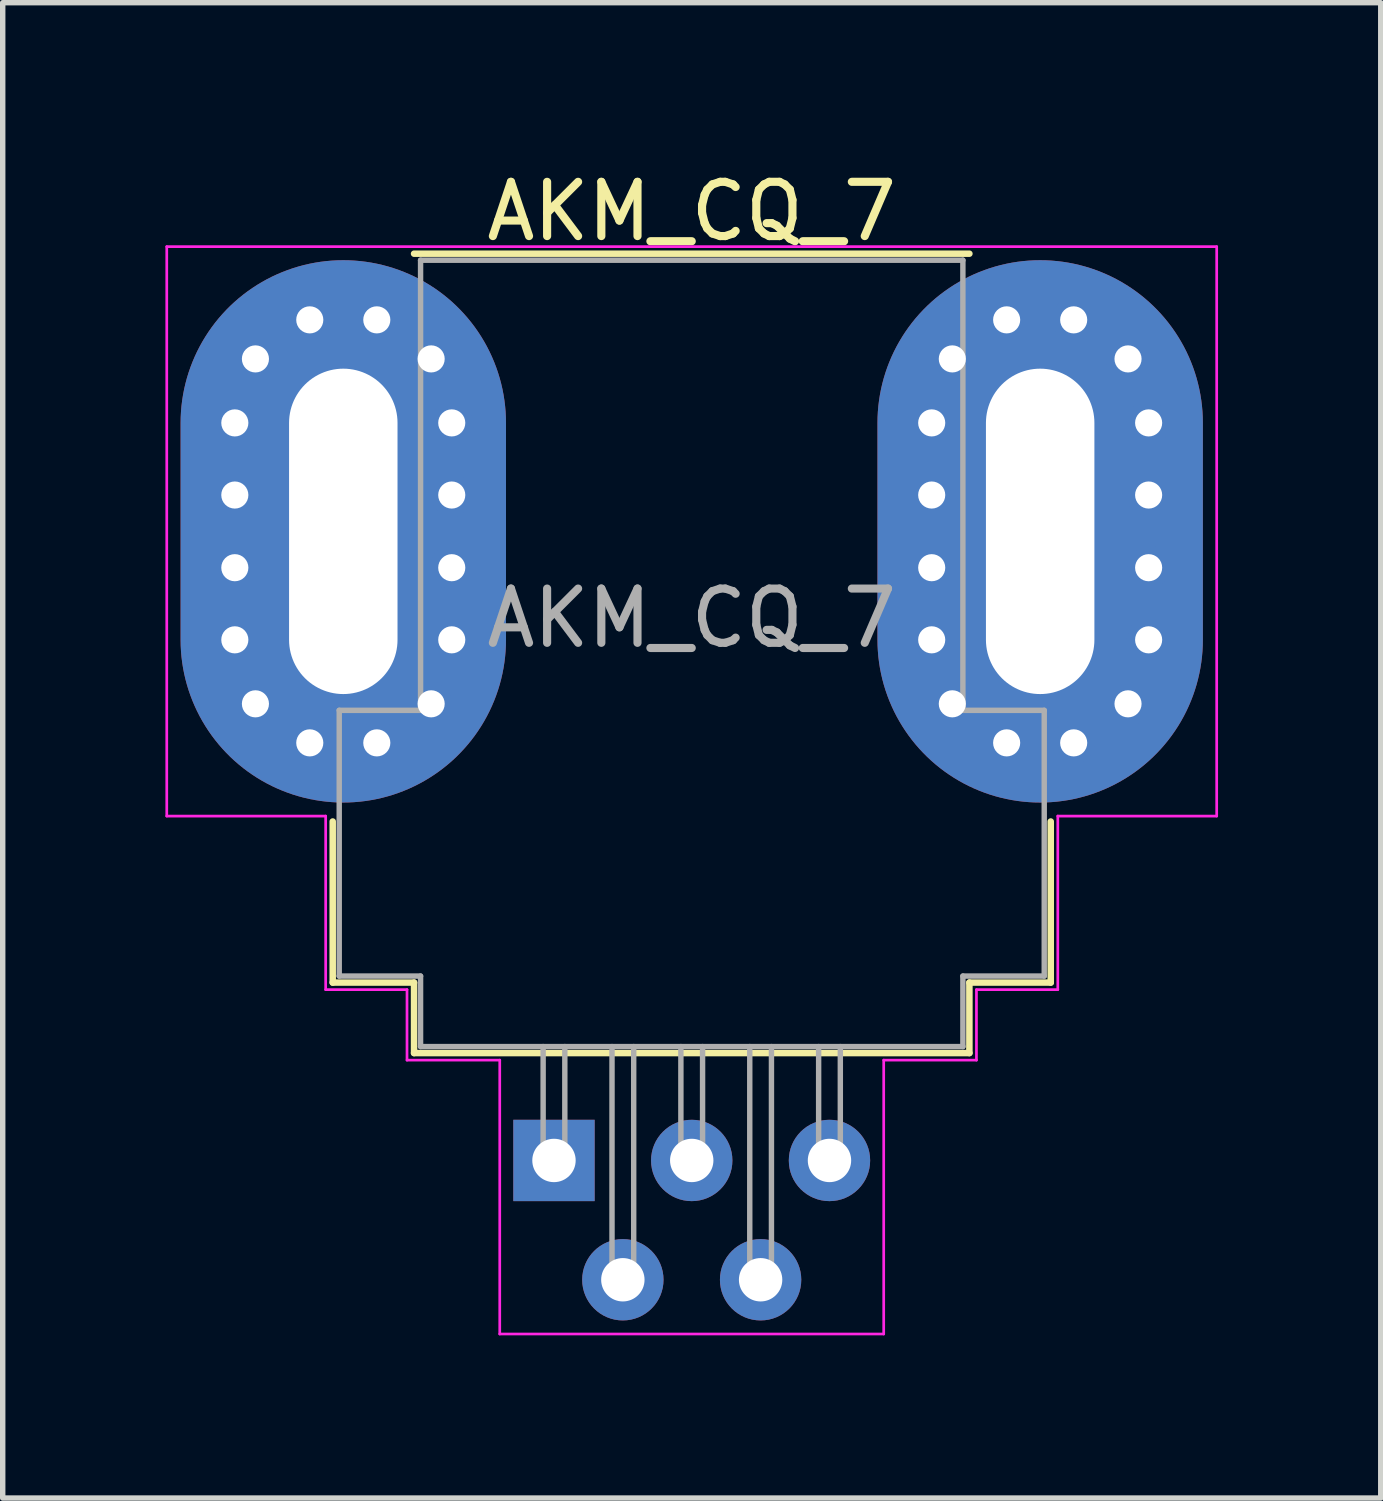
<source format=kicad_pcb>
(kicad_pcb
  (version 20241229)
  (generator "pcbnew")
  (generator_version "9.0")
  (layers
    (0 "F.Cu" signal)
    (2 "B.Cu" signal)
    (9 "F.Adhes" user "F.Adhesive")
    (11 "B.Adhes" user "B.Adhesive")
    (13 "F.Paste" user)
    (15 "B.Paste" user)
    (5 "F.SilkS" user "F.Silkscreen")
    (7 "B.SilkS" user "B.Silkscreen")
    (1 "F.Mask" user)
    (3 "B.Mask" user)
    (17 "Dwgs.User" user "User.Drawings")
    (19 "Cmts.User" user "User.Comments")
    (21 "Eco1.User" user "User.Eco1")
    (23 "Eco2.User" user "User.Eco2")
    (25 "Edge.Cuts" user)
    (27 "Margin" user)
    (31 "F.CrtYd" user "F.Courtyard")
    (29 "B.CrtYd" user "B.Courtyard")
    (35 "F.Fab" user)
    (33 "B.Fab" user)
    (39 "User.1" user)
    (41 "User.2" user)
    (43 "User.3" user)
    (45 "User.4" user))
  (footprint "AKM_CQ_7"
    (layer "F.Cu")
    (at 7.165 18.348)
    (property "Reference" "AKM_CQ_7" (at 2.54 -17.5 0) (layer "F.SilkS") (effects (font (size 1 1) (thickness 0.15))))
    (attr through_hole)
    (fp_line (start -4.08 -6.25) (end -4.08 -3.28) (stroke (width 0.12) (type solid)) (layer "F.SilkS"))
    (fp_line (start -2.58 -3.28) (end -4.08 -3.28) (stroke (width 0.12) (type solid)) (layer "F.SilkS"))
    (fp_line (start -2.58 -3.28) (end -2.58 -1.98) (stroke (width 0.12) (type solid)) (layer "F.SilkS"))
    (fp_line (start -2.58 -1.98) (end 7.66 -1.98) (stroke (width 0.12) (type solid)) (layer "F.SilkS"))
    (fp_line (start 7.66 -16.72) (end -2.58 -16.72) (stroke (width 0.12) (type solid)) (layer "F.SilkS"))
    (fp_line (start 7.66 -3.28) (end 7.66 -1.98) (stroke (width 0.12) (type solid)) (layer "F.SilkS"))
    (fp_line (start 7.66 -3.28) (end 9.16 -3.28) (stroke (width 0.12) (type solid)) (layer "F.SilkS"))
    (fp_line (start 9.16 -6.25) (end 9.16 -3.28) (stroke (width 0.12) (type solid)) (layer "F.SilkS"))
    (fp_line (start -7.14 -16.85) (end -7.14 -6.35) (stroke (width 0.05) (type solid)) (layer "F.CrtYd"))
    (fp_line (start -4.21 -6.35) (end -7.14 -6.35) (stroke (width 0.05) (type solid)) (layer "F.CrtYd"))
    (fp_line (start -4.21 -3.15) (end -4.21 -6.35) (stroke (width 0.05) (type solid)) (layer "F.CrtYd"))
    (fp_line (start -2.71 -3.15) (end -4.21 -3.15) (stroke (width 0.05) (type solid)) (layer "F.CrtYd"))
    (fp_line (start -2.71 -1.85) (end -2.71 -3.15) (stroke (width 0.05) (type solid)) (layer "F.CrtYd"))
    (fp_line (start -1 -1.85) (end -2.71 -1.85) (stroke (width 0.05) (type solid)) (layer "F.CrtYd"))
    (fp_line (start -1 3.2) (end -1 -1.85) (stroke (width 0.05) (type solid)) (layer "F.CrtYd"))
    (fp_line (start -1 3.2) (end 6.08 3.2) (stroke (width 0.05) (type solid)) (layer "F.CrtYd"))
    (fp_line (start 6.08 -1.85) (end 7.79 -1.85) (stroke (width 0.05) (type solid)) (layer "F.CrtYd"))
    (fp_line (start 6.08 3.2) (end 6.08 -1.85) (stroke (width 0.05) (type solid)) (layer "F.CrtYd"))
    (fp_line (start 7.79 -3.15) (end 9.29 -3.15) (stroke (width 0.05) (type solid)) (layer "F.CrtYd"))
    (fp_line (start 7.79 -1.85) (end 7.79 -3.15) (stroke (width 0.05) (type solid)) (layer "F.CrtYd"))
    (fp_line (start 9.29 -6.35) (end 12.22 -6.35) (stroke (width 0.05) (type solid)) (layer "F.CrtYd"))
    (fp_line (start 9.29 -3.15) (end 9.29 -6.35) (stroke (width 0.05) (type solid)) (layer "F.CrtYd"))
    (fp_line (start 12.22 -16.85) (end -7.14 -16.85) (stroke (width 0.05) (type solid)) (layer "F.CrtYd"))
    (fp_line (start 12.22 -16.85) (end 12.22 -6.35) (stroke (width 0.05) (type solid)) (layer "F.CrtYd"))
    (fp_line (start -3.96 -8.3) (end -3.96 -3.4) (stroke (width 0.1) (type solid)) (layer "F.Fab"))
    (fp_line (start -2.46 -16.6) (end -2.46 -8.3) (stroke (width 0.1) (type solid)) (layer "F.Fab"))
    (fp_line (start -2.46 -8.3) (end -3.96 -8.3) (stroke (width 0.1) (type solid)) (layer "F.Fab"))
    (fp_line (start -2.46 -3.4) (end -3.96 -3.4) (stroke (width 0.1) (type solid)) (layer "F.Fab"))
    (fp_line (start -2.46 -3.4) (end -2.46 -2.1) (stroke (width 0.1) (type solid)) (layer "F.Fab"))
    (fp_line (start -2.46 -2.1) (end 7.54 -2.1) (stroke (width 0.1) (type solid)) (layer "F.Fab"))
    (fp_line (start -0.2 -2.1) (end -0.2 0) (stroke (width 0.1) (type solid)) (layer "F.Fab"))
    (fp_line (start -0.2 0) (end 0.2 0) (stroke (width 0.1) (type solid)) (layer "F.Fab"))
    (fp_line (start 0.2 0) (end 0.2 -2.1) (stroke (width 0.1) (type solid)) (layer "F.Fab"))
    (fp_line (start 1.07 -2.1) (end 1.07 2.2) (stroke (width 0.1) (type solid)) (layer "F.Fab"))
    (fp_line (start 1.07 2.2) (end 1.47 2.2) (stroke (width 0.1) (type solid)) (layer "F.Fab"))
    (fp_line (start 1.47 2.2) (end 1.47 -2.1) (stroke (width 0.1) (type solid)) (layer "F.Fab"))
    (fp_line (start 2.34 -2.1) (end 2.34 0) (stroke (width 0.1) (type solid)) (layer "F.Fab"))
    (fp_line (start 2.34 0) (end 2.74 0) (stroke (width 0.1) (type solid)) (layer "F.Fab"))
    (fp_line (start 2.74 0) (end 2.74 -2.1) (stroke (width 0.1) (type solid)) (layer "F.Fab"))
    (fp_line (start 3.61 -2.1) (end 3.61 2.2) (stroke (width 0.1) (type solid)) (layer "F.Fab"))
    (fp_line (start 3.61 2.2) (end 4.01 2.2) (stroke (width 0.1) (type solid)) (layer "F.Fab"))
    (fp_line (start 4.01 2.2) (end 4.01 -2.1) (stroke (width 0.1) (type solid)) (layer "F.Fab"))
    (fp_line (start 4.88 -2.1) (end 4.88 0) (stroke (width 0.1) (type solid)) (layer "F.Fab"))
    (fp_line (start 4.88 0) (end 5.28 0) (stroke (width 0.1) (type solid)) (layer "F.Fab"))
    (fp_line (start 5.28 0) (end 5.28 -2.1) (stroke (width 0.1) (type solid)) (layer "F.Fab"))
    (fp_line (start 7.54 -16.6) (end -2.46 -16.6) (stroke (width 0.1) (type solid)) (layer "F.Fab"))
    (fp_line (start 7.54 -16.6) (end 7.54 -8.3) (stroke (width 0.1) (type solid)) (layer "F.Fab"))
    (fp_line (start 7.54 -8.3) (end 9.04 -8.3) (stroke (width 0.1) (type solid)) (layer "F.Fab"))
    (fp_line (start 7.54 -3.4) (end 7.54 -2.1) (stroke (width 0.1) (type solid)) (layer "F.Fab"))
    (fp_line (start 7.54 -3.4) (end 9.04 -3.4) (stroke (width 0.1) (type solid)) (layer "F.Fab"))
    (fp_line (start 9.04 -8.3) (end 9.04 -3.4) (stroke (width 0.1) (type solid)) (layer "F.Fab"))
    (fp_text user "${REFERENCE}" (at 2.54 -10 0) (layer "F.Fab") (effects (font (size 1 1) (thickness 0.15))))
    (pad "1" thru_hole rect (at 0 0) (size 1.5 1.5) (drill 0.8) (layers "*.Cu" "*.Mask"))
    (pad "2" thru_hole circle (at 1.27 2.2) (size 1.5 1.5) (drill 0.8) (layers "*.Cu" "*.Mask"))
    (pad "3" thru_hole circle (at 2.54 0) (size 1.5 1.5) (drill 0.8) (layers "*.Cu" "*.Mask"))
    (pad "4" thru_hole circle (at 3.81 2.2) (size 1.5 1.5) (drill 0.8) (layers "*.Cu" "*.Mask"))
    (pad "5" thru_hole circle (at 5.08 0) (size 1.5 1.5) (drill 0.8) (layers "*.Cu" "*.Mask"))
    (pad "6" thru_hole circle (at 6.965 -13.6) (size 0.8 0.8) (drill 0.5) (layers "*.Cu" "*.Mask"))
    (pad "6" thru_hole circle (at 6.965 -12.27) (size 0.8 0.8) (drill 0.5) (layers "*.Cu" "*.Mask"))
    (pad "6" thru_hole circle (at 6.965 -10.93) (size 0.8 0.8) (drill 0.5) (layers "*.Cu" "*.Mask"))
    (pad "6" thru_hole circle (at 6.965 -9.6) (size 0.8 0.8) (drill 0.5) (layers "*.Cu" "*.Mask"))
    (pad "6" thru_hole circle (at 7.345 -14.78) (size 0.8 0.8) (drill 0.5) (layers "*.Cu" "*.Mask"))
    (pad "6" thru_hole circle (at 7.345 -8.42) (size 0.8 0.8) (drill 0.5) (layers "*.Cu" "*.Mask"))
    (pad "6" thru_hole circle (at 8.347 -15.5) (size 0.8 0.8) (drill 0.5) (layers "*.Cu" "*.Mask"))
    (pad "6" thru_hole circle (at 8.347 -7.7) (size 0.8 0.8) (drill 0.5) (layers "*.Cu" "*.Mask"))
    (pad "6" thru_hole oval (at 8.965 -11.6) (size 6 10) (drill oval 2 6) (layers "*.Cu" "*.Mask"))
    (pad "6" thru_hole circle (at 9.583 -15.5) (size 0.8 0.8) (drill 0.5) (layers "*.Cu" "*.Mask"))
    (pad "6" thru_hole circle (at 9.583 -7.7) (size 0.8 0.8) (drill 0.5) (layers "*.Cu" "*.Mask"))
    (pad "6" thru_hole circle (at 10.585 -14.78) (size 0.8 0.8) (drill 0.5) (layers "*.Cu" "*.Mask"))
    (pad "6" thru_hole circle (at 10.585 -8.42) (size 0.8 0.8) (drill 0.5) (layers "*.Cu" "*.Mask"))
    (pad "6" thru_hole circle (at 10.965 -13.6) (size 0.8 0.8) (drill 0.5) (layers "*.Cu" "*.Mask"))
    (pad "6" thru_hole circle (at 10.965 -12.27) (size 0.8 0.8) (drill 0.5) (layers "*.Cu" "*.Mask"))
    (pad "6" thru_hole circle (at 10.965 -10.93) (size 0.8 0.8) (drill 0.5) (layers "*.Cu" "*.Mask"))
    (pad "6" thru_hole circle (at 10.965 -9.6) (size 0.8 0.8) (drill 0.5) (layers "*.Cu" "*.Mask"))
    (pad "7" thru_hole circle (at -5.885 -13.6) (size 0.8 0.8) (drill 0.5) (layers "*.Cu" "*.Mask"))
    (pad "7" thru_hole circle (at -5.885 -12.27) (size 0.8 0.8) (drill 0.5) (layers "*.Cu" "*.Mask"))
    (pad "7" thru_hole circle (at -5.885 -10.93) (size 0.8 0.8) (drill 0.5) (layers "*.Cu" "*.Mask"))
    (pad "7" thru_hole circle (at -5.885 -9.6) (size 0.8 0.8) (drill 0.5) (layers "*.Cu" "*.Mask"))
    (pad "7" thru_hole circle (at -5.505 -14.78) (size 0.8 0.8) (drill 0.5) (layers "*.Cu" "*.Mask"))
    (pad "7" thru_hole circle (at -5.505 -8.42) (size 0.8 0.8) (drill 0.5) (layers "*.Cu" "*.Mask"))
    (pad "7" thru_hole circle (at -4.503 -15.5) (size 0.8 0.8) (drill 0.5) (layers "*.Cu" "*.Mask"))
    (pad "7" thru_hole circle (at -4.503 -7.7) (size 0.8 0.8) (drill 0.5) (layers "*.Cu" "*.Mask"))
    (pad "7" thru_hole oval (at -3.885 -11.6) (size 6 10) (drill oval 2 6) (layers "*.Cu" "*.Mask"))
    (pad "7" thru_hole circle (at -3.267 -15.5) (size 0.8 0.8) (drill 0.5) (layers "*.Cu" "*.Mask"))
    (pad "7" thru_hole circle (at -3.267 -7.7) (size 0.8 0.8) (drill 0.5) (layers "*.Cu" "*.Mask"))
    (pad "7" thru_hole circle (at -2.265 -14.78) (size 0.8 0.8) (drill 0.5) (layers "*.Cu" "*.Mask"))
    (pad "7" thru_hole circle (at -2.265 -8.42) (size 0.8 0.8) (drill 0.5) (layers "*.Cu" "*.Mask"))
    (pad "7" thru_hole circle (at -1.885 -13.6) (size 0.8 0.8) (drill 0.5) (layers "*.Cu" "*.Mask"))
    (pad "7" thru_hole circle (at -1.885 -12.27) (size 0.8 0.8) (drill 0.5) (layers "*.Cu" "*.Mask"))
    (pad "7" thru_hole circle (at -1.885 -10.93) (size 0.8 0.8) (drill 0.5) (layers "*.Cu" "*.Mask"))
    (pad "7" thru_hole circle (at -1.885 -9.6) (size 0.8 0.8) (drill 0.5) (layers "*.Cu" "*.Mask")))
  (gr_rect
    (start -3 -3)
    (end 22.41 24.573)
    (stroke (width 0.1) (type default))
    (fill no)
    (layer "Edge.Cuts")))
</source>
